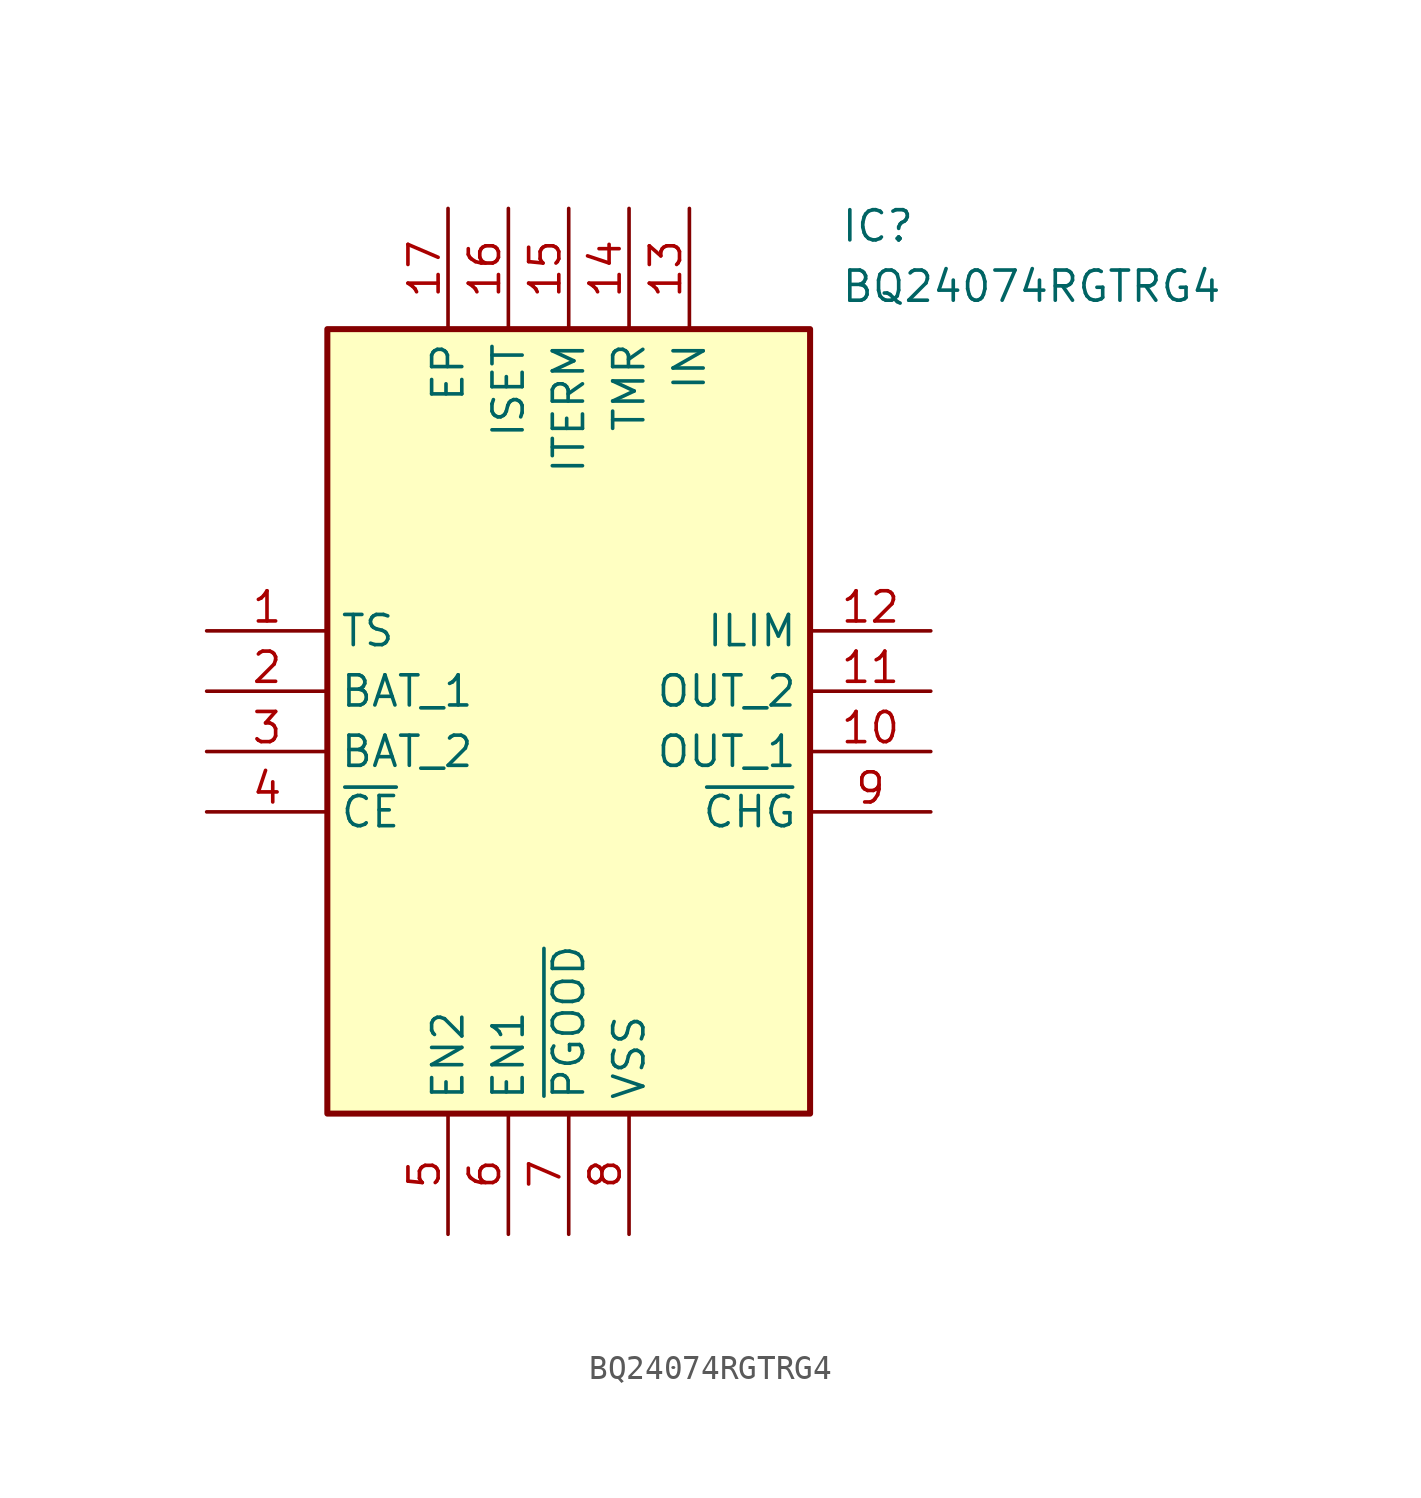
<source format=kicad_sym>
(kicad_symbol_lib
  (version 20241209)
  (generator "kicad_symbol_editor")
  (generator_version "9.0")
  (symbol "BQ24074RGTRG4"
    (property "Reference" "IC"
      (at 26.67 17.78 0)
      (effects (font (size 1.27 1.27)) (justify left top)))
    (property "Value" "BQ24074RGTRG4"
      (at 26.67 15.24 0)
      (effects (font (size 1.27 1.27)) (justify left top)))
    (symbol "BQ24074RGTRG4_1_1"
      (rectangle (start 5.08 12.7) (end 25.4 -20.32) (stroke (width 0.254) (type default)) (fill (type background)))
      (pin passive line (at 0 0 0) (length 5.08) (name "TS" (effects (font (size 1.27 1.27)))) (number "1" (effects (font (size 1.27 1.27)))))
      (pin passive line (at 0 -2.54 0) (length 5.08) (name "BAT_1" (effects (font (size 1.27 1.27)))) (number "2" (effects (font (size 1.27 1.27)))))
      (pin passive line (at 0 -5.08 0) (length 5.08) (name "BAT_2" (effects (font (size 1.27 1.27)))) (number "3" (effects (font (size 1.27 1.27)))))
      (pin passive line (at 0 -7.62 0) (length 5.08) (name "~{CE}" (effects (font (size 1.27 1.27)))) (number "4" (effects (font (size 1.27 1.27)))))
      (pin passive line (at 10.16 17.78 270) (length 5.08) (name "EP" (effects (font (size 1.27 1.27)))) (number "17" (effects (font (size 1.27 1.27)))))
      (pin passive line (at 10.16 -25.4 90) (length 5.08) (name "EN2" (effects (font (size 1.27 1.27)))) (number "5" (effects (font (size 1.27 1.27)))))
      (pin passive line (at 12.7 17.78 270) (length 5.08) (name "ISET" (effects (font (size 1.27 1.27)))) (number "16" (effects (font (size 1.27 1.27)))))
      (pin passive line (at 12.7 -25.4 90) (length 5.08) (name "EN1" (effects (font (size 1.27 1.27)))) (number "6" (effects (font (size 1.27 1.27)))))
      (pin passive line (at 15.24 17.78 270) (length 5.08) (name "ITERM" (effects (font (size 1.27 1.27)))) (number "15" (effects (font (size 1.27 1.27)))))
      (pin passive line (at 15.24 -25.4 90) (length 5.08) (name "~{PGOOD}" (effects (font (size 1.27 1.27)))) (number "7" (effects (font (size 1.27 1.27)))))
      (pin passive line (at 17.78 17.78 270) (length 5.08) (name "TMR" (effects (font (size 1.27 1.27)))) (number "14" (effects (font (size 1.27 1.27)))))
      (pin passive line (at 17.78 -25.4 90) (length 5.08) (name "VSS" (effects (font (size 1.27 1.27)))) (number "8" (effects (font (size 1.27 1.27)))))
      (pin passive line (at 20.32 17.78 270) (length 5.08) (name "IN" (effects (font (size 1.27 1.27)))) (number "13" (effects (font (size 1.27 1.27)))))
      (pin passive line (at 30.48 0 180) (length 5.08) (name "ILIM" (effects (font (size 1.27 1.27)))) (number "12" (effects (font (size 1.27 1.27)))))
      (pin passive line (at 30.48 -2.54 180) (length 5.08) (name "OUT_2" (effects (font (size 1.27 1.27)))) (number "11" (effects (font (size 1.27 1.27)))))
      (pin passive line (at 30.48 -5.08 180) (length 5.08) (name "OUT_1" (effects (font (size 1.27 1.27)))) (number "10" (effects (font (size 1.27 1.27)))))
      (pin passive line (at 30.48 -7.62 180) (length 5.08) (name "~{CHG}" (effects (font (size 1.27 1.27)))) (number "9" (effects (font (size 1.27 1.27))))))))
</source>
